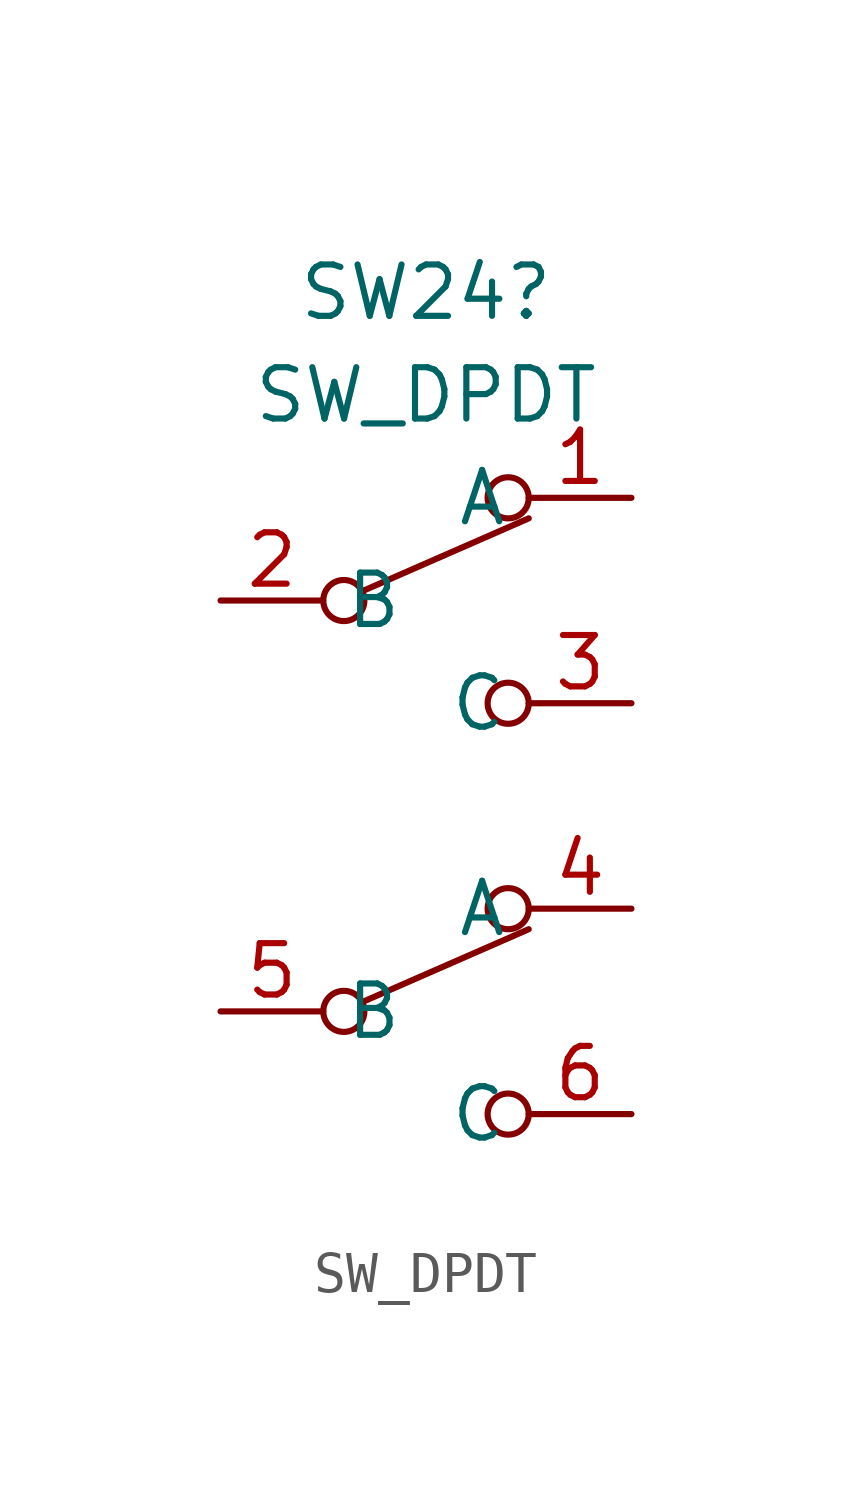
<source format=kicad_sym>
(kicad_symbol_lib
  (version 20211014)
  (generator kicad_symbol_editor)
  (symbol "SW_DPDT"
    (property "Reference" "SW24"
      (at 0 12.7 0)
      (effects (font (size 1.27 1.27))))
    (property "Value" "SW_DPDT"
      (at 0 10.16 0)
      (effects (font (size 1.27 1.27))))
    (symbol "SW_DPDT_0_0"
      (circle (center -2.032 -5.08) (radius 0.508) (stroke (width 0) (type default) (color 0 0 0 0)) (fill (type none)))
      (circle (center -2.032 5.08) (radius 0.508) (stroke (width 0) (type default) (color 0 0 0 0)) (fill (type none)))
      (circle (center 2.032 -7.62) (radius 0.508) (stroke (width 0) (type default) (color 0 0 0 0)) (fill (type none)))
      (circle (center 2.032 2.54) (radius 0.508) (stroke (width 0) (type default) (color 0 0 0 0)) (fill (type none))))
    (symbol "SW_DPDT_0_1"
      (polyline (pts (xy -1.524 -4.826) (xy 2.54 -3.048)) (stroke (width 0) (type default) (color 0 0 0 0)) (fill (type none)))
      (polyline (pts (xy -1.524 5.334) (xy 2.54 7.112)) (stroke (width 0) (type default) (color 0 0 0 0)) (fill (type none)))
      (circle (center 2.032 -2.54) (radius 0.508) (stroke (width 0) (type default) (color 0 0 0 0)) (fill (type none)))
      (circle (center 2.032 7.62) (radius 0.508) (stroke (width 0) (type default) (color 0 0 0 0)) (fill (type none))))
    (symbol "SW_DPDT_1_1"
      (pin passive line (at 5.08 7.62 180) (length 2.54) (name "A" (effects (font (size 1.27 1.27)))) (number "1" (effects (font (size 1.27 1.27)))))
      (pin passive line (at -5.08 5.08 0) (length 2.54) (name "B" (effects (font (size 1.27 1.27)))) (number "2" (effects (font (size 1.27 1.27)))))
      (pin passive line (at 5.08 2.54 180) (length 2.54) (name "C" (effects (font (size 1.27 1.27)))) (number "3" (effects (font (size 1.27 1.27)))))
      (pin passive line (at 5.08 -2.54 180) (length 2.54) (name "A" (effects (font (size 1.27 1.27)))) (number "4" (effects (font (size 1.27 1.27)))))
      (pin passive line (at -5.08 -5.08 0) (length 2.54) (name "B" (effects (font (size 1.27 1.27)))) (number "5" (effects (font (size 1.27 1.27)))))
      (pin passive line (at 5.08 -7.62 180) (length 2.54) (name "C" (effects (font (size 1.27 1.27)))) (number "6" (effects (font (size 1.27 1.27))))))))
</source>
